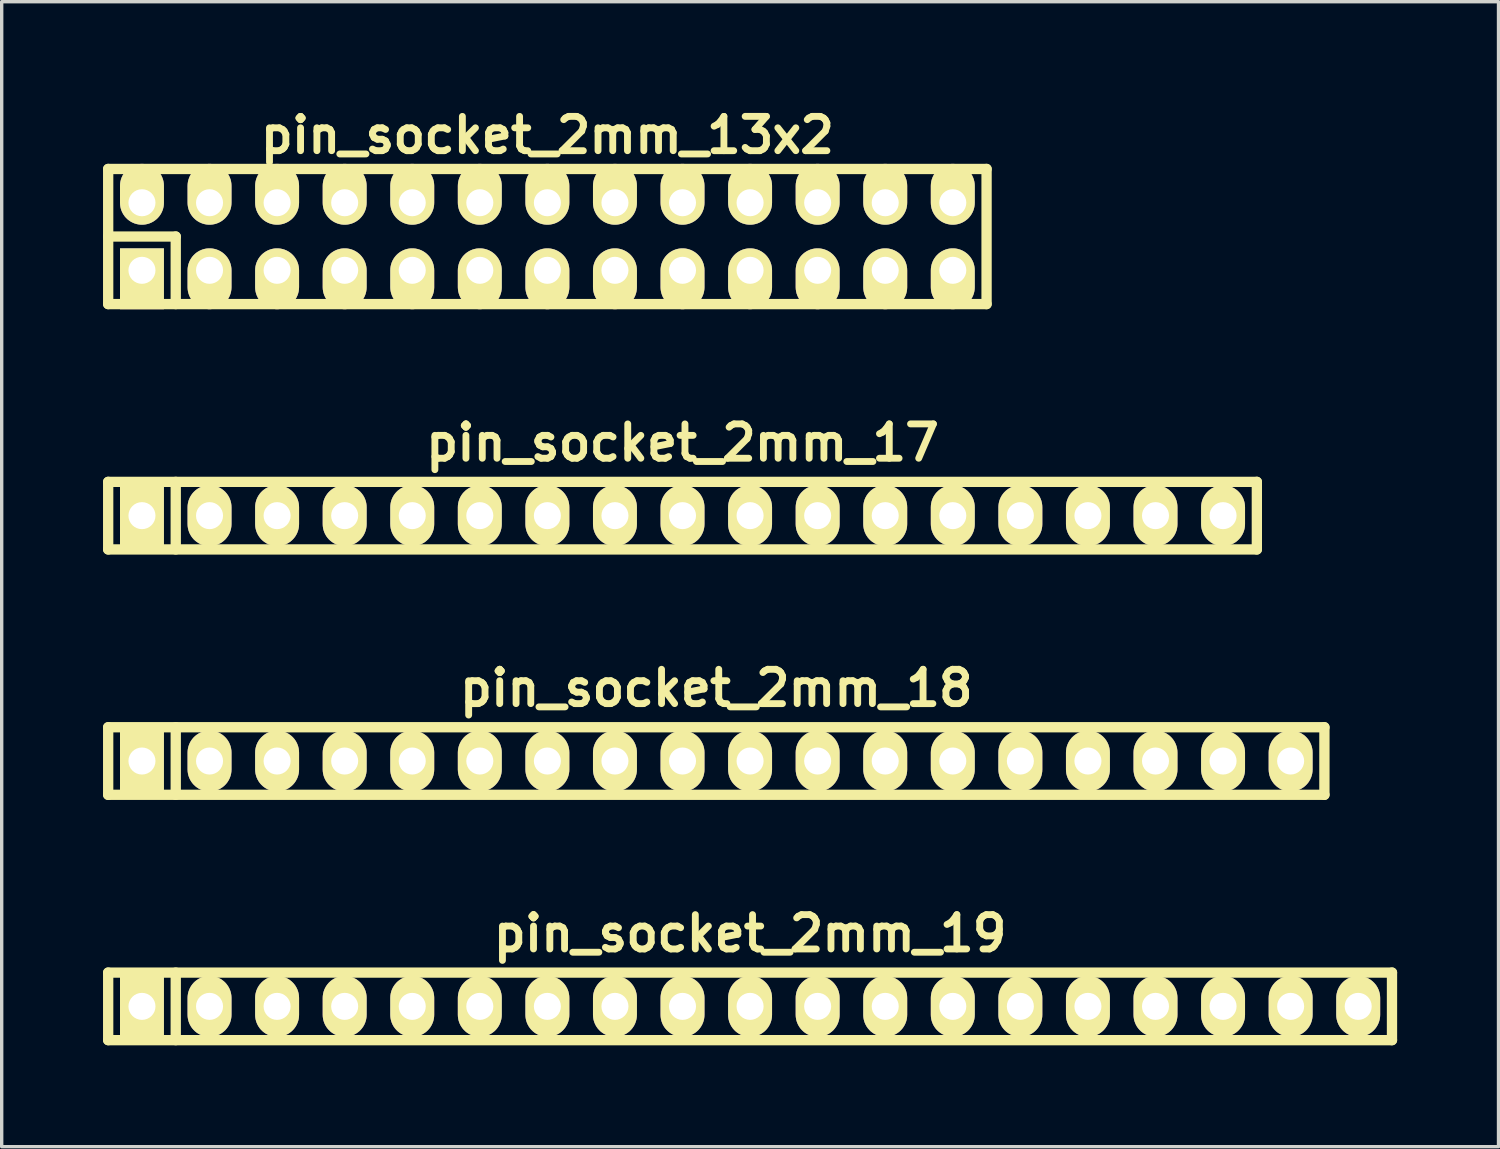
<source format=kicad_pcb>
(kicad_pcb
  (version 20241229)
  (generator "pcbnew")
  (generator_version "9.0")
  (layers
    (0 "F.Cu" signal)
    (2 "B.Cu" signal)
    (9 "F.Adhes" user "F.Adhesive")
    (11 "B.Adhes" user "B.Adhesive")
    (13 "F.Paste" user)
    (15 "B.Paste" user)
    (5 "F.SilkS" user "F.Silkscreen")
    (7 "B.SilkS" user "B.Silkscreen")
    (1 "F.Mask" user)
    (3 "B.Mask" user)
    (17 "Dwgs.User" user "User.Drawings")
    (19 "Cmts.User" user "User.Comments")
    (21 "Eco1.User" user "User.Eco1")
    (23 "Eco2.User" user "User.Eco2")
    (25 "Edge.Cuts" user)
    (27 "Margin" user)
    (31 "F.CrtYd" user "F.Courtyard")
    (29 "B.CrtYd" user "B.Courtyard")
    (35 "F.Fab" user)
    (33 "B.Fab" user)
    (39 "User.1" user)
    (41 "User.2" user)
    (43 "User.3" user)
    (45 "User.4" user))
  (footprint "pin_socket_2mm_17"
    (layer "F.Cu")
    (at 17.152 12.213)
    (property "Reference" "pin_socket_2mm_17" (at 0 -2.159 0) (layer "F.SilkS") (effects (font (size 1.016 1.016) (thickness 0.203))))
    (attr through_hole)
    (fp_line (start -17 -1) (end 17 -1) (stroke (width 0.305) (type solid)) (layer "F.SilkS"))
    (fp_line (start -17 1) (end -17 -1) (stroke (width 0.305) (type solid)) (layer "F.SilkS"))
    (fp_line (start -15 -1) (end -15 1) (stroke (width 0.305) (type solid)) (layer "F.SilkS"))
    (fp_line (start 17 -1) (end 17 1) (stroke (width 0.305) (type solid)) (layer "F.SilkS"))
    (fp_line (start 17 1) (end -17 1) (stroke (width 0.305) (type solid)) (layer "F.SilkS"))
    (pad "1" thru_hole rect (at -16 0) (size 1.3 1.8) (drill 0.8) (layers "*.Cu" "*.Mask" "F.SilkS"))
    (pad "2" thru_hole oval (at -14 0) (size 1.3 1.8) (drill 0.8) (layers "*.Cu" "*.Mask" "F.SilkS"))
    (pad "3" thru_hole oval (at -12 0) (size 1.3 1.8) (drill 0.8) (layers "*.Cu" "*.Mask" "F.SilkS"))
    (pad "4" thru_hole oval (at -10 0) (size 1.3 1.8) (drill 0.8) (layers "*.Cu" "*.Mask" "F.SilkS"))
    (pad "5" thru_hole oval (at -8 0) (size 1.3 1.8) (drill 0.8) (layers "*.Cu" "*.Mask" "F.SilkS"))
    (pad "6" thru_hole oval (at -6 0) (size 1.3 1.8) (drill 0.8) (layers "*.Cu" "*.Mask" "F.SilkS"))
    (pad "7" thru_hole oval (at -4 0) (size 1.3 1.8) (drill 0.8) (layers "*.Cu" "*.Mask" "F.SilkS"))
    (pad "8" thru_hole oval (at -2 0) (size 1.3 1.8) (drill 0.8) (layers "*.Cu" "*.Mask" "F.SilkS"))
    (pad "9" thru_hole oval (at 0 0) (size 1.3 1.8) (drill 0.8) (layers "*.Cu" "*.Mask" "F.SilkS"))
    (pad "10" thru_hole oval (at 2 0) (size 1.3 1.8) (drill 0.8) (layers "*.Cu" "*.Mask" "F.SilkS"))
    (pad "11" thru_hole oval (at 4 0) (size 1.3 1.8) (drill 0.8) (layers "*.Cu" "*.Mask" "F.SilkS"))
    (pad "12" thru_hole oval (at 6 0) (size 1.3 1.8) (drill 0.8) (layers "*.Cu" "*.Mask" "F.SilkS"))
    (pad "13" thru_hole oval (at 8 0) (size 1.3 1.8) (drill 0.8) (layers "*.Cu" "*.Mask" "F.SilkS"))
    (pad "14" thru_hole oval (at 10 0) (size 1.3 1.8) (drill 0.8) (layers "*.Cu" "*.Mask" "F.SilkS"))
    (pad "15" thru_hole oval (at 12 0) (size 1.3 1.8) (drill 0.8) (layers "*.Cu" "*.Mask" "F.SilkS"))
    (pad "16" thru_hole oval (at 14 0) (size 1.3 1.8) (drill 0.8) (layers "*.Cu" "*.Mask" "F.SilkS"))
    (pad "17" thru_hole oval (at 16 0) (size 1.3 1.8) (drill 0.8) (layers "*.Cu" "*.Mask" "F.SilkS")))
  (footprint "pin_socket_2mm_18"
    (layer "F.Cu")
    (at 18.152 19.476)
    (property "Reference" "pin_socket_2mm_18" (at 0 -2.159 0) (layer "F.SilkS") (effects (font (size 1.016 1.016) (thickness 0.203))))
    (attr through_hole)
    (fp_line (start -18 -1) (end 18 -1) (stroke (width 0.305) (type solid)) (layer "F.SilkS"))
    (fp_line (start -18 1) (end -18 -1) (stroke (width 0.305) (type solid)) (layer "F.SilkS"))
    (fp_line (start -16 -1) (end -16 1) (stroke (width 0.305) (type solid)) (layer "F.SilkS"))
    (fp_line (start 18 -1) (end 18 1) (stroke (width 0.305) (type solid)) (layer "F.SilkS"))
    (fp_line (start 18 1) (end -18 1) (stroke (width 0.305) (type solid)) (layer "F.SilkS"))
    (pad "1" thru_hole rect (at -17 0) (size 1.3 1.8) (drill 0.8) (layers "*.Cu" "*.Mask" "F.SilkS"))
    (pad "2" thru_hole oval (at -15 0) (size 1.3 1.8) (drill 0.8) (layers "*.Cu" "*.Mask" "F.SilkS"))
    (pad "3" thru_hole oval (at -13 0) (size 1.3 1.8) (drill 0.8) (layers "*.Cu" "*.Mask" "F.SilkS"))
    (pad "4" thru_hole oval (at -11 0) (size 1.3 1.8) (drill 0.8) (layers "*.Cu" "*.Mask" "F.SilkS"))
    (pad "5" thru_hole oval (at -9 0) (size 1.3 1.8) (drill 0.8) (layers "*.Cu" "*.Mask" "F.SilkS"))
    (pad "6" thru_hole oval (at -7 0) (size 1.3 1.8) (drill 0.8) (layers "*.Cu" "*.Mask" "F.SilkS"))
    (pad "7" thru_hole oval (at -5 0) (size 1.3 1.8) (drill 0.8) (layers "*.Cu" "*.Mask" "F.SilkS"))
    (pad "8" thru_hole oval (at -3 0) (size 1.3 1.8) (drill 0.8) (layers "*.Cu" "*.Mask" "F.SilkS"))
    (pad "9" thru_hole oval (at -1 0) (size 1.3 1.8) (drill 0.8) (layers "*.Cu" "*.Mask" "F.SilkS"))
    (pad "10" thru_hole oval (at 1 0) (size 1.3 1.8) (drill 0.8) (layers "*.Cu" "*.Mask" "F.SilkS"))
    (pad "11" thru_hole oval (at 3 0) (size 1.3 1.8) (drill 0.8) (layers "*.Cu" "*.Mask" "F.SilkS"))
    (pad "12" thru_hole oval (at 5 0) (size 1.3 1.8) (drill 0.8) (layers "*.Cu" "*.Mask" "F.SilkS"))
    (pad "13" thru_hole oval (at 7 0) (size 1.3 1.8) (drill 0.8) (layers "*.Cu" "*.Mask" "F.SilkS"))
    (pad "14" thru_hole oval (at 9 0) (size 1.3 1.8) (drill 0.8) (layers "*.Cu" "*.Mask" "F.SilkS"))
    (pad "15" thru_hole oval (at 11 0) (size 1.3 1.8) (drill 0.8) (layers "*.Cu" "*.Mask" "F.SilkS"))
    (pad "16" thru_hole oval (at 13 0) (size 1.3 1.8) (drill 0.8) (layers "*.Cu" "*.Mask" "F.SilkS"))
    (pad "17" thru_hole oval (at 15 0) (size 1.3 1.8) (drill 0.8) (layers "*.Cu" "*.Mask" "F.SilkS"))
    (pad "18" thru_hole oval (at 17 0) (size 1.3 1.8) (drill 0.8) (layers "*.Cu" "*.Mask" "F.SilkS")))
  (footprint "pin_socket_2mm_13x2"
    (layer "F.Cu")
    (at 13.152 3.951)
    (property "Reference" "pin_socket_2mm_13x2" (at 0 -3 0) (layer "F.SilkS") (effects (font (size 1.016 1.016) (thickness 0.203))))
    (attr through_hole)
    (fp_line (start -13 -2) (end 13 -2) (stroke (width 0.305) (type solid)) (layer "F.SilkS"))
    (fp_line (start -13 0) (end -11 0) (stroke (width 0.305) (type solid)) (layer "F.SilkS"))
    (fp_line (start -13 2) (end -13 -2) (stroke (width 0.305) (type solid)) (layer "F.SilkS"))
    (fp_line (start -11 0) (end -11 2) (stroke (width 0.305) (type solid)) (layer "F.SilkS"))
    (fp_line (start 13 -2) (end 13 2) (stroke (width 0.305) (type solid)) (layer "F.SilkS"))
    (fp_line (start 13 2) (end -13 2) (stroke (width 0.305) (type solid)) (layer "F.SilkS"))
    (pad "1" thru_hole rect (at -12 1) (size 1.3 1.8) (drill 0.8 (offset 0 0.25)) (layers "*.Cu" "*.Mask" "F.SilkS"))
    (pad "2" thru_hole oval (at -12 -1) (size 1.3 1.8) (drill 0.8 (offset 0 -0.25)) (layers "*.Cu" "*.Mask" "F.SilkS"))
    (pad "3" thru_hole oval (at -10 1) (size 1.3 1.8) (drill 0.8 (offset 0 0.25)) (layers "*.Cu" "*.Mask" "F.SilkS"))
    (pad "4" thru_hole oval (at -10 -1) (size 1.3 1.8) (drill 0.8 (offset 0 -0.25)) (layers "*.Cu" "*.Mask" "F.SilkS"))
    (pad "5" thru_hole oval (at -8 1) (size 1.3 1.8) (drill 0.8 (offset 0 0.25)) (layers "*.Cu" "*.Mask" "F.SilkS"))
    (pad "6" thru_hole oval (at -8 -1) (size 1.3 1.8) (drill 0.8 (offset 0 -0.25)) (layers "*.Cu" "*.Mask" "F.SilkS"))
    (pad "7" thru_hole oval (at -6 1) (size 1.3 1.8) (drill 0.8 (offset 0 0.25)) (layers "*.Cu" "*.Mask" "F.SilkS"))
    (pad "8" thru_hole oval (at -6 -1) (size 1.3 1.8) (drill 0.8 (offset 0 -0.25)) (layers "*.Cu" "*.Mask" "F.SilkS"))
    (pad "9" thru_hole oval (at -4 1) (size 1.3 1.8) (drill 0.8 (offset 0 0.25)) (layers "*.Cu" "*.Mask" "F.SilkS"))
    (pad "10" thru_hole oval (at -4 -1) (size 1.3 1.8) (drill 0.8 (offset 0 -0.25)) (layers "*.Cu" "*.Mask" "F.SilkS"))
    (pad "11" thru_hole oval (at -2 1) (size 1.3 1.8) (drill 0.8 (offset 0 0.25)) (layers "*.Cu" "*.Mask" "F.SilkS"))
    (pad "12" thru_hole oval (at -2 -1) (size 1.3 1.8) (drill 0.8 (offset 0 -0.25)) (layers "*.Cu" "*.Mask" "F.SilkS"))
    (pad "13" thru_hole oval (at 0 1) (size 1.3 1.8) (drill 0.8 (offset 0 0.25)) (layers "*.Cu" "*.Mask" "F.SilkS"))
    (pad "14" thru_hole oval (at 0 -1) (size 1.3 1.8) (drill 0.8 (offset 0 -0.25)) (layers "*.Cu" "*.Mask" "F.SilkS"))
    (pad "15" thru_hole oval (at 2 1) (size 1.3 1.8) (drill 0.8 (offset 0 0.25)) (layers "*.Cu" "*.Mask" "F.SilkS"))
    (pad "16" thru_hole oval (at 2 -1) (size 1.3 1.8) (drill 0.8 (offset 0 -0.25)) (layers "*.Cu" "*.Mask" "F.SilkS"))
    (pad "17" thru_hole oval (at 4 1) (size 1.3 1.8) (drill 0.8 (offset 0 0.25)) (layers "*.Cu" "*.Mask" "F.SilkS"))
    (pad "18" thru_hole oval (at 4 -1) (size 1.3 1.8) (drill 0.8 (offset 0 -0.25)) (layers "*.Cu" "*.Mask" "F.SilkS"))
    (pad "19" thru_hole oval (at 6 1) (size 1.3 1.8) (drill 0.8 (offset 0 0.25)) (layers "*.Cu" "*.Mask" "F.SilkS"))
    (pad "20" thru_hole oval (at 6 -1) (size 1.3 1.8) (drill 0.8 (offset 0 -0.25)) (layers "*.Cu" "*.Mask" "F.SilkS"))
    (pad "21" thru_hole oval (at 8 1) (size 1.3 1.8) (drill 0.8 (offset 0 0.25)) (layers "*.Cu" "*.Mask" "F.SilkS"))
    (pad "22" thru_hole oval (at 8 -1) (size 1.3 1.8) (drill 0.8 (offset 0 -0.25)) (layers "*.Cu" "*.Mask" "F.SilkS"))
    (pad "23" thru_hole oval (at 10 1) (size 1.3 1.8) (drill 0.8 (offset 0 0.25)) (layers "*.Cu" "*.Mask" "F.SilkS"))
    (pad "24" thru_hole oval (at 10 -1) (size 1.3 1.8) (drill 0.8 (offset 0 -0.25)) (layers "*.Cu" "*.Mask" "F.SilkS"))
    (pad "25" thru_hole oval (at 12 1) (size 1.3 1.8) (drill 0.8 (offset 0 0.25)) (layers "*.Cu" "*.Mask" "F.SilkS"))
    (pad "26" thru_hole oval (at 12 -1) (size 1.3 1.8) (drill 0.8 (offset 0 -0.25)) (layers "*.Cu" "*.Mask" "F.SilkS")))
  (footprint "pin_socket_2mm_19"
    (layer "F.Cu")
    (at 19.152 26.738)
    (property "Reference" "pin_socket_2mm_19" (at 0 -2.159 0) (layer "F.SilkS") (effects (font (size 1.016 1.016) (thickness 0.203))))
    (attr through_hole)
    (fp_line (start -19 -1) (end 19 -1) (stroke (width 0.305) (type solid)) (layer "F.SilkS"))
    (fp_line (start -19 1) (end -19 -1) (stroke (width 0.305) (type solid)) (layer "F.SilkS"))
    (fp_line (start -17 -1) (end -17 1) (stroke (width 0.305) (type solid)) (layer "F.SilkS"))
    (fp_line (start 19 -1) (end 19 1) (stroke (width 0.305) (type solid)) (layer "F.SilkS"))
    (fp_line (start 19 1) (end -19 1) (stroke (width 0.305) (type solid)) (layer "F.SilkS"))
    (pad "1" thru_hole rect (at -18 0) (size 1.3 1.8) (drill 0.8) (layers "*.Cu" "*.Mask" "F.SilkS"))
    (pad "2" thru_hole oval (at -16 0) (size 1.3 1.8) (drill 0.8) (layers "*.Cu" "*.Mask" "F.SilkS"))
    (pad "3" thru_hole oval (at -14 0) (size 1.3 1.8) (drill 0.8) (layers "*.Cu" "*.Mask" "F.SilkS"))
    (pad "4" thru_hole oval (at -12 0) (size 1.3 1.8) (drill 0.8) (layers "*.Cu" "*.Mask" "F.SilkS"))
    (pad "5" thru_hole oval (at -10 0) (size 1.3 1.8) (drill 0.8) (layers "*.Cu" "*.Mask" "F.SilkS"))
    (pad "6" thru_hole oval (at -8 0) (size 1.3 1.8) (drill 0.8) (layers "*.Cu" "*.Mask" "F.SilkS"))
    (pad "7" thru_hole oval (at -6 0) (size 1.3 1.8) (drill 0.8) (layers "*.Cu" "*.Mask" "F.SilkS"))
    (pad "8" thru_hole oval (at -4 0) (size 1.3 1.8) (drill 0.8) (layers "*.Cu" "*.Mask" "F.SilkS"))
    (pad "9" thru_hole oval (at -2 0) (size 1.3 1.8) (drill 0.8) (layers "*.Cu" "*.Mask" "F.SilkS"))
    (pad "10" thru_hole oval (at 0 0) (size 1.3 1.8) (drill 0.8) (layers "*.Cu" "*.Mask" "F.SilkS"))
    (pad "11" thru_hole oval (at 2 0) (size 1.3 1.8) (drill 0.8) (layers "*.Cu" "*.Mask" "F.SilkS"))
    (pad "12" thru_hole oval (at 4 0) (size 1.3 1.8) (drill 0.8) (layers "*.Cu" "*.Mask" "F.SilkS"))
    (pad "13" thru_hole oval (at 6 0) (size 1.3 1.8) (drill 0.8) (layers "*.Cu" "*.Mask" "F.SilkS"))
    (pad "14" thru_hole oval (at 8 0) (size 1.3 1.8) (drill 0.8) (layers "*.Cu" "*.Mask" "F.SilkS"))
    (pad "15" thru_hole oval (at 10 0) (size 1.3 1.8) (drill 0.8) (layers "*.Cu" "*.Mask" "F.SilkS"))
    (pad "16" thru_hole oval (at 12 0) (size 1.3 1.8) (drill 0.8) (layers "*.Cu" "*.Mask" "F.SilkS"))
    (pad "17" thru_hole oval (at 14 0) (size 1.3 1.8) (drill 0.8) (layers "*.Cu" "*.Mask" "F.SilkS"))
    (pad "18" thru_hole oval (at 16 0) (size 1.3 1.8) (drill 0.8) (layers "*.Cu" "*.Mask" "F.SilkS"))
    (pad "19" thru_hole oval (at 18 0) (size 1.3 1.8) (drill 0.8) (layers "*.Cu" "*.Mask" "F.SilkS")))
  (gr_rect
    (start -3 -3)
    (end 41.305 30.891)
    (stroke (width 0.1) (type default))
    (fill no)
    (layer "Edge.Cuts")))
</source>
